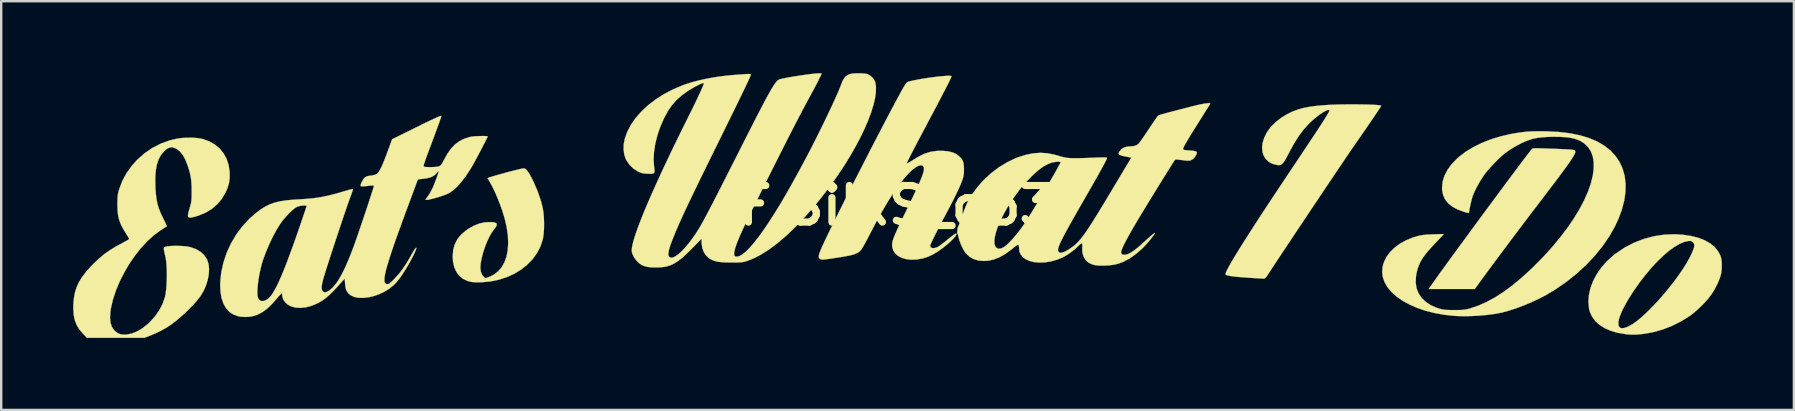
<source format=kicad_pcb>
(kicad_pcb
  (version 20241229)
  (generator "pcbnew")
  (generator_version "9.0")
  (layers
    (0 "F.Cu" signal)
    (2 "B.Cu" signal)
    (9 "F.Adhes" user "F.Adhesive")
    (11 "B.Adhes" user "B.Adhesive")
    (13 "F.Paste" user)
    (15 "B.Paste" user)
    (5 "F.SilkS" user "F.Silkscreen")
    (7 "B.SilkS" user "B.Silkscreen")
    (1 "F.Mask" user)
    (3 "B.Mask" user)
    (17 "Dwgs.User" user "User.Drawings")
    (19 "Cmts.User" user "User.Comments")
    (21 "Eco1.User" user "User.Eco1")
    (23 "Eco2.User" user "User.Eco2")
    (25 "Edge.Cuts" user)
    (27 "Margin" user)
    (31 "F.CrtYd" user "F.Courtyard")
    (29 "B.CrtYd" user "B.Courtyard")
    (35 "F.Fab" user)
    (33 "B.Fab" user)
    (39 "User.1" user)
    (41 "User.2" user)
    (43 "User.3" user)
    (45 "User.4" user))
  (footprint "F.SilkS_g33"
    (layer "F.Cu")
    (at 34.341 5.515)
    (property "Reference" "F.SilkS_g33" (at 0 0 0) (layer "F.SilkS") (effects (font (size 1.524 1.524) (thickness 0.3))))
    (attr through_hole)
    (fp_poly (pts (xy 26.702 -2.386) (xy 26.824 -2.383) (xy 26.983 -2.378) (xy 27.184 -2.371) (xy 27.297 -2.367) (xy 27.542 -2.358) (xy 27.74 -2.35) (xy 27.897 -2.342) (xy 28.018 -2.335) (xy 28.108 -2.327) (xy 28.171 -2.318) (xy 28.213 -2.307) (xy 28.238 -2.295) (xy 28.251 -2.281) (xy 28.253 -2.275) (xy 28.258 -2.248) (xy 28.252 -2.211) (xy 28.234 -2.162) (xy 28.203 -2.099) (xy 28.157 -2.02) (xy 28.095 -1.922) (xy 28.014 -1.803) (xy 27.914 -1.661) (xy 27.793 -1.494) (xy 27.649 -1.299) (xy 27.481 -1.074) (xy 27.287 -0.817) (xy 27.065 -0.526) (xy 26.815 -0.198) (xy 26.674 -0.013) (xy 26.504 0.209) (xy 26.315 0.458) (xy 26.112 0.726) (xy 25.899 1.008) (xy 25.682 1.297) (xy 25.463 1.588) (xy 25.248 1.876) (xy 25.041 2.152) (xy 24.847 2.413) (xy 24.671 2.652) (xy 24.516 2.862) (xy 24.387 3.038) (xy 24.384 3.042) (xy 24.067 3.479) (xy 23.106 3.479) (xy 22.145 3.48) (xy 22.292 3.27) (xy 22.387 3.136) (xy 22.504 2.971) (xy 22.642 2.779) (xy 22.799 2.563) (xy 22.972 2.325) (xy 23.158 2.069) (xy 23.357 1.797) (xy 23.565 1.513) (xy 23.781 1.219) (xy 24.001 0.919) (xy 24.225 0.615) (xy 24.449 0.311) (xy 24.673 0.009) (xy 24.892 -0.287) (xy 25.106 -0.576) (xy 25.312 -0.853) (xy 25.507 -1.115) (xy 25.691 -1.361) (xy 25.859 -1.586) (xy 26.011 -1.788) (xy 26.144 -1.964) (xy 26.256 -2.111) (xy 26.345 -2.226) (xy 26.408 -2.306) (xy 26.443 -2.347) (xy 26.443 -2.348) (xy 26.458 -2.361) (xy 26.476 -2.372) (xy 26.505 -2.379) (xy 26.548 -2.384) (xy 26.612 -2.386) (xy 26.702 -2.386)) (stroke (width 0.01) (type solid)) (fill yes) (layer "F.SilkS"))
    (fp_poly (pts (xy -15.51 -1.535) (xy -15.453 -1.49) (xy -15.389 -1.411) (xy -15.315 -1.293) (xy -15.229 -1.133) (xy -15.177 -1.029) (xy -14.99 -0.605) (xy -14.849 -0.195) (xy -14.778 0.085) (xy -14.746 0.278) (xy -14.726 0.498) (xy -14.718 0.731) (xy -14.721 0.963) (xy -14.736 1.18) (xy -14.763 1.367) (xy -14.777 1.428) (xy -14.875 1.719) (xy -15.018 1.99) (xy -15.201 2.241) (xy -15.422 2.468) (xy -15.676 2.669) (xy -15.959 2.842) (xy -16.268 2.983) (xy -16.6 3.091) (xy -16.95 3.164) (xy -17.314 3.197) (xy -17.447 3.2) (xy -17.594 3.197) (xy -17.707 3.189) (xy -17.801 3.173) (xy -17.891 3.148) (xy -17.909 3.142) (xy -18.097 3.053) (xy -18.252 2.926) (xy -18.374 2.763) (xy -18.462 2.566) (xy -18.513 2.339) (xy -18.526 2.108) (xy -18.503 1.847) (xy -18.437 1.611) (xy -18.327 1.399) (xy -18.172 1.208) (xy -17.97 1.037) (xy -17.885 0.978) (xy -17.655 0.846) (xy -17.436 0.757) (xy -17.216 0.706) (xy -17.069 0.692) (xy -16.904 0.69) (xy -16.786 0.704) (xy -16.714 0.734) (xy -16.687 0.782) (xy -16.703 0.851) (xy -16.761 0.942) (xy -16.804 0.995) (xy -16.905 1.135) (xy -17.006 1.314) (xy -17.102 1.522) (xy -17.189 1.747) (xy -17.264 1.978) (xy -17.322 2.204) (xy -17.36 2.413) (xy -17.374 2.593) (xy -17.354 2.757) (xy -17.296 2.895) (xy -17.222 2.984) (xy -17.188 3.011) (xy -17.156 3.021) (xy -17.11 3.012) (xy -17.035 2.987) (xy -16.821 2.888) (xy -16.639 2.75) (xy -16.488 2.577) (xy -16.37 2.37) (xy -16.285 2.131) (xy -16.232 1.864) (xy -16.213 1.569) (xy -16.227 1.25) (xy -16.276 0.907) (xy -16.359 0.544) (xy -16.476 0.162) (xy -16.569 -0.089) (xy -16.656 -0.308) (xy -16.733 -0.49) (xy -16.804 -0.647) (xy -16.875 -0.79) (xy -16.951 -0.931) (xy -16.967 -0.959) (xy -17.071 -1.143) (xy -17.008 -1.168) (xy -16.931 -1.194) (xy -16.819 -1.228) (xy -16.681 -1.268) (xy -16.523 -1.312) (xy -16.355 -1.358) (xy -16.184 -1.404) (xy -16.019 -1.446) (xy -15.867 -1.484) (xy -15.737 -1.516) (xy -15.637 -1.538) (xy -15.574 -1.549) (xy -15.563 -1.549) (xy -15.51 -1.535)) (stroke (width 0.01) (type solid)) (fill yes) (layer "F.SilkS"))
    (fp_poly (pts (xy 32.733 1.217) (xy 33.079 1.268) (xy 33.386 1.346) (xy 33.654 1.45) (xy 33.882 1.58) (xy 34.068 1.735) (xy 34.21 1.914) (xy 34.271 2.024) (xy 34.312 2.119) (xy 34.337 2.202) (xy 34.352 2.294) (xy 34.36 2.414) (xy 34.361 2.438) (xy 34.359 2.643) (xy 34.333 2.832) (xy 34.28 3.022) (xy 34.195 3.228) (xy 34.176 3.269) (xy 34.061 3.492) (xy 33.937 3.691) (xy 33.794 3.88) (xy 33.62 4.074) (xy 33.553 4.142) (xy 33.366 4.323) (xy 33.191 4.475) (xy 33.011 4.609) (xy 32.811 4.738) (xy 32.665 4.824) (xy 32.282 5.017) (xy 31.88 5.172) (xy 31.47 5.285) (xy 31.062 5.353) (xy 31.028 5.357) (xy 30.858 5.372) (xy 30.719 5.38) (xy 30.592 5.379) (xy 30.459 5.37) (xy 30.328 5.356) (xy 30.013 5.303) (xy 29.729 5.219) (xy 29.479 5.108) (xy 29.264 4.971) (xy 29.188 4.901) (xy 30.048 4.901) (xy 30.062 5.011) (xy 30.106 5.082) (xy 30.18 5.114) (xy 30.285 5.107) (xy 30.422 5.061) (xy 30.495 5.028) (xy 30.656 4.935) (xy 30.838 4.803) (xy 31.037 4.636) (xy 31.249 4.441) (xy 31.469 4.221) (xy 31.694 3.981) (xy 31.918 3.727) (xy 32.138 3.464) (xy 32.349 3.195) (xy 32.548 2.927) (xy 32.729 2.664) (xy 32.889 2.41) (xy 33.023 2.172) (xy 33.074 2.071) (xy 33.127 1.955) (xy 33.171 1.845) (xy 33.202 1.755) (xy 33.213 1.71) (xy 33.219 1.636) (xy 33.203 1.585) (xy 33.16 1.535) (xy 33.114 1.495) (xy 33.067 1.477) (xy 33 1.476) (xy 32.961 1.48) (xy 32.785 1.52) (xy 32.592 1.603) (xy 32.382 1.726) (xy 32.16 1.888) (xy 31.928 2.085) (xy 31.689 2.314) (xy 31.447 2.573) (xy 31.203 2.86) (xy 30.961 3.171) (xy 30.724 3.503) (xy 30.655 3.607) (xy 30.486 3.872) (xy 30.342 4.119) (xy 30.225 4.347) (xy 30.136 4.549) (xy 30.077 4.724) (xy 30.05 4.865) (xy 30.048 4.901) (xy 29.188 4.901) (xy 29.088 4.81) (xy 28.953 4.627) (xy 28.861 4.422) (xy 28.829 4.295) (xy 28.803 4.017) (xy 28.823 3.731) (xy 28.888 3.442) (xy 28.997 3.154) (xy 29.145 2.871) (xy 29.332 2.599) (xy 29.556 2.341) (xy 29.813 2.103) (xy 29.934 2.007) (xy 30.305 1.757) (xy 30.699 1.552) (xy 31.11 1.392) (xy 31.535 1.279) (xy 31.97 1.214) (xy 32.41 1.197) (xy 32.733 1.217)) (stroke (width 0.01) (type solid)) (fill yes) (layer "F.SilkS"))
    (fp_poly (pts (xy 19.183 -4.214) (xy 19.396 -4.211) (xy 19.594 -4.207) (xy 19.772 -4.201) (xy 19.924 -4.194) (xy 20.044 -4.185) (xy 20.126 -4.175) (xy 20.165 -4.163) (xy 20.168 -4.16) (xy 20.158 -4.139) (xy 20.129 -4.091) (xy 20.08 -4.014) (xy 20.009 -3.907) (xy 19.915 -3.768) (xy 19.798 -3.595) (xy 19.656 -3.388) (xy 19.488 -3.144) (xy 19.294 -2.862) (xy 19.071 -2.541) (xy 18.983 -2.413) (xy 18.905 -2.3) (xy 18.803 -2.151) (xy 18.679 -1.968) (xy 18.536 -1.755) (xy 18.375 -1.517) (xy 18.2 -1.257) (xy 18.013 -0.979) (xy 17.816 -0.686) (xy 17.612 -0.382) (xy 17.404 -0.071) (xy 17.194 0.244) (xy 16.984 0.558) (xy 16.777 0.868) (xy 16.575 1.17) (xy 16.381 1.461) (xy 16.198 1.736) (xy 16.028 1.993) (xy 15.873 2.226) (xy 15.735 2.434) (xy 15.619 2.611) (xy 15.525 2.754) (xy 15.456 2.86) (xy 15.445 2.877) (xy 15.388 2.963) (xy 15.347 3.014) (xy 15.311 3.038) (xy 15.272 3.045) (xy 15.256 3.045) (xy 15.207 3.042) (xy 15.116 3.037) (xy 14.993 3.03) (xy 14.846 3.021) (xy 14.684 3.011) (xy 14.65 3.009) (xy 14.369 2.989) (xy 14.138 2.969) (xy 13.956 2.948) (xy 13.822 2.926) (xy 13.735 2.904) (xy 13.713 2.894) (xy 13.684 2.874) (xy 13.679 2.846) (xy 13.697 2.793) (xy 13.704 2.774) (xy 13.757 2.663) (xy 13.838 2.511) (xy 13.948 2.318) (xy 14.086 2.087) (xy 14.252 1.816) (xy 14.446 1.508) (xy 14.666 1.162) (xy 14.913 0.779) (xy 15.186 0.36) (xy 15.485 -0.095) (xy 15.809 -0.584) (xy 16.158 -1.108) (xy 16.164 -1.118) (xy 16.411 -1.487) (xy 16.632 -1.817) (xy 16.827 -2.11) (xy 17 -2.369) (xy 17.151 -2.596) (xy 17.283 -2.795) (xy 17.398 -2.967) (xy 17.496 -3.116) (xy 17.58 -3.245) (xy 17.652 -3.355) (xy 17.713 -3.45) (xy 17.766 -3.532) (xy 17.811 -3.604) (xy 17.852 -3.669) (xy 17.876 -3.708) (xy 17.943 -3.82) (xy 17.986 -3.896) (xy 18.007 -3.943) (xy 18.01 -3.969) (xy 17.997 -3.981) (xy 17.986 -3.983) (xy 17.918 -3.973) (xy 17.822 -3.931) (xy 17.703 -3.86) (xy 17.568 -3.766) (xy 17.422 -3.651) (xy 17.272 -3.521) (xy 17.152 -3.408) (xy 16.945 -3.181) (xy 16.744 -2.914) (xy 16.545 -2.602) (xy 16.348 -2.242) (xy 16.345 -2.236) (xy 16.252 -2.058) (xy 16.176 -1.921) (xy 16.112 -1.821) (xy 16.056 -1.752) (xy 16.004 -1.709) (xy 15.95 -1.688) (xy 15.891 -1.683) (xy 15.839 -1.688) (xy 15.648 -1.735) (xy 15.489 -1.817) (xy 15.364 -1.931) (xy 15.274 -2.071) (xy 15.22 -2.234) (xy 15.204 -2.415) (xy 15.226 -2.61) (xy 15.289 -2.815) (xy 15.392 -3.025) (xy 15.444 -3.108) (xy 15.598 -3.308) (xy 15.78 -3.486) (xy 16 -3.654) (xy 16.056 -3.691) (xy 16.258 -3.812) (xy 16.464 -3.913) (xy 16.68 -3.995) (xy 16.915 -4.062) (xy 17.175 -4.113) (xy 17.468 -4.153) (xy 17.802 -4.182) (xy 17.92 -4.19) (xy 18.1 -4.199) (xy 18.3 -4.206) (xy 18.514 -4.211) (xy 18.737 -4.214) (xy 18.962 -4.215) (xy 19.183 -4.214)) (stroke (width 0.01) (type solid)) (fill yes) (layer "F.SilkS"))
    (fp_poly (pts (xy 27.018 -3.093) (xy 27.073 -3.092) (xy 27.573 -3.066) (xy 28.031 -3.011) (xy 28.448 -2.927) (xy 28.824 -2.814) (xy 29.16 -2.672) (xy 29.456 -2.501) (xy 29.711 -2.301) (xy 29.723 -2.29) (xy 29.936 -2.06) (xy 30.105 -1.805) (xy 30.231 -1.527) (xy 30.314 -1.228) (xy 30.352 -0.909) (xy 30.347 -0.573) (xy 30.298 -0.221) (xy 30.205 0.146) (xy 30.067 0.524) (xy 29.92 0.845) (xy 29.683 1.268) (xy 29.399 1.683) (xy 29.073 2.086) (xy 28.708 2.473) (xy 28.309 2.84) (xy 27.881 3.182) (xy 27.427 3.496) (xy 27.05 3.722) (xy 26.765 3.872) (xy 26.456 4.017) (xy 26.135 4.153) (xy 25.813 4.274) (xy 25.504 4.376) (xy 25.22 4.454) (xy 25.156 4.469) (xy 24.889 4.518) (xy 24.586 4.558) (xy 24.262 4.588) (xy 23.932 4.606) (xy 23.609 4.612) (xy 23.31 4.604) (xy 23.194 4.596) (xy 22.778 4.55) (xy 22.381 4.478) (xy 22.006 4.381) (xy 21.657 4.262) (xy 21.337 4.121) (xy 21.05 3.962) (xy 20.798 3.785) (xy 20.587 3.593) (xy 20.418 3.386) (xy 20.305 3.188) (xy 20.232 2.972) (xy 20.208 2.755) (xy 20.229 2.539) (xy 20.294 2.328) (xy 20.4 2.124) (xy 20.545 1.932) (xy 20.727 1.755) (xy 20.943 1.594) (xy 21.191 1.455) (xy 21.469 1.339) (xy 21.694 1.271) (xy 21.802 1.246) (xy 21.92 1.228) (xy 22.059 1.214) (xy 22.23 1.205) (xy 22.339 1.201) (xy 22.771 1.187) (xy 22.72 1.248) (xy 22.686 1.287) (xy 22.623 1.354) (xy 22.54 1.443) (xy 22.444 1.544) (xy 22.39 1.6) (xy 22.194 1.812) (xy 22.033 2.001) (xy 21.906 2.174) (xy 21.806 2.339) (xy 21.73 2.503) (xy 21.674 2.673) (xy 21.633 2.857) (xy 21.616 2.971) (xy 21.605 3.217) (xy 21.641 3.446) (xy 21.722 3.656) (xy 21.847 3.844) (xy 22.015 4.008) (xy 22.222 4.147) (xy 22.469 4.257) (xy 22.594 4.298) (xy 22.679 4.32) (xy 22.76 4.336) (xy 22.847 4.347) (xy 22.953 4.353) (xy 23.089 4.356) (xy 23.216 4.356) (xy 23.381 4.355) (xy 23.509 4.352) (xy 23.609 4.344) (xy 23.695 4.332) (xy 23.778 4.314) (xy 23.851 4.295) (xy 24.199 4.178) (xy 24.549 4.025) (xy 24.903 3.834) (xy 25.264 3.602) (xy 25.635 3.328) (xy 26.017 3.011) (xy 26.414 2.648) (xy 26.519 2.547) (xy 26.911 2.151) (xy 27.276 1.75) (xy 27.611 1.349) (xy 27.914 0.95) (xy 28.185 0.556) (xy 28.421 0.169) (xy 28.621 -0.208) (xy 28.783 -0.571) (xy 28.905 -0.919) (xy 28.986 -1.248) (xy 29.024 -1.549) (xy 29.022 -1.816) (xy 28.984 -2.049) (xy 28.909 -2.252) (xy 28.795 -2.426) (xy 28.705 -2.522) (xy 28.586 -2.62) (xy 28.461 -2.696) (xy 28.314 -2.756) (xy 28.173 -2.798) (xy 28.013 -2.83) (xy 27.816 -2.851) (xy 27.592 -2.863) (xy 27.354 -2.866) (xy 27.114 -2.86) (xy 26.883 -2.844) (xy 26.674 -2.819) (xy 26.498 -2.785) (xy 26.482 -2.781) (xy 26.266 -2.71) (xy 26.029 -2.608) (xy 25.785 -2.481) (xy 25.545 -2.336) (xy 25.34 -2.192) (xy 25.212 -2.086) (xy 25.065 -1.95) (xy 24.91 -1.795) (xy 24.756 -1.632) (xy 24.614 -1.473) (xy 24.496 -1.327) (xy 24.454 -1.27) (xy 24.295 -1.027) (xy 24.151 -0.773) (xy 24.032 -0.524) (xy 23.987 -0.413) (xy 23.961 -0.335) (xy 23.932 -0.226) (xy 23.901 -0.101) (xy 23.872 0.029) (xy 23.848 0.149) (xy 23.831 0.247) (xy 23.825 0.307) (xy 23.803 0.309) (xy 23.743 0.297) (xy 23.657 0.274) (xy 23.616 0.262) (xy 23.351 0.165) (xy 23.133 0.047) (xy 22.96 -0.092) (xy 22.832 -0.253) (xy 22.748 -0.436) (xy 22.707 -0.643) (xy 22.703 -0.749) (xy 22.729 -0.999) (xy 22.806 -1.246) (xy 22.932 -1.489) (xy 23.108 -1.728) (xy 23.333 -1.961) (xy 23.413 -2.032) (xy 23.687 -2.241) (xy 24.004 -2.434) (xy 24.356 -2.606) (xy 24.738 -2.757) (xy 25.142 -2.882) (xy 25.52 -2.97) (xy 25.775 -3.017) (xy 26.009 -3.052) (xy 26.237 -3.077) (xy 26.472 -3.091) (xy 26.728 -3.096) (xy 27.018 -3.093)) (stroke (width 0.01) (type solid)) (fill yes) (layer "F.SilkS"))
    (fp_poly (pts (xy -29.197 -2.814) (xy -29.017 -2.789) (xy -28.948 -2.773) (xy -28.676 -2.676) (xy -28.438 -2.541) (xy -28.236 -2.373) (xy -28.072 -2.171) (xy -27.946 -1.94) (xy -27.862 -1.68) (xy -27.821 -1.394) (xy -27.82 -1.359) (xy -27.821 -1.129) (xy -27.852 -0.921) (xy -27.916 -0.715) (xy -27.99 -0.546) (xy -28.145 -0.283) (xy -28.338 -0.053) (xy -28.567 0.142) (xy -28.829 0.301) (xy -29.122 0.421) (xy -29.262 0.462) (xy -29.386 0.491) (xy -29.474 0.503) (xy -29.53 0.493) (xy -29.557 0.455) (xy -29.558 0.385) (xy -29.535 0.277) (xy -29.493 0.127) (xy -29.485 0.102) (xy -29.455 -0.002) (xy -29.433 -0.088) (xy -29.419 -0.168) (xy -29.41 -0.257) (xy -29.406 -0.365) (xy -29.404 -0.506) (xy -29.403 -0.584) (xy -29.406 -0.816) (xy -29.418 -1.013) (xy -29.442 -1.193) (xy -29.481 -1.372) (xy -29.537 -1.565) (xy -29.568 -1.66) (xy -29.664 -1.907) (xy -29.772 -2.105) (xy -29.893 -2.256) (xy -30.027 -2.361) (xy -30.176 -2.42) (xy -30.204 -2.426) (xy -30.313 -2.421) (xy -30.428 -2.368) (xy -30.546 -2.272) (xy -30.662 -2.134) (xy -30.694 -2.087) (xy -30.786 -1.915) (xy -30.854 -1.708) (xy -30.898 -1.465) (xy -30.92 -1.181) (xy -30.919 -0.856) (xy -30.911 -0.691) (xy -30.892 -0.448) (xy -30.865 -0.24) (xy -30.826 -0.054) (xy -30.771 0.125) (xy -30.697 0.311) (xy -30.608 0.502) (xy -30.434 0.859) (xy -30.717 1.043) (xy -30.995 1.249) (xy -31.267 1.499) (xy -31.531 1.786) (xy -31.78 2.104) (xy -32.013 2.446) (xy -32.223 2.805) (xy -32.408 3.174) (xy -32.563 3.546) (xy -32.685 3.916) (xy -32.768 4.276) (xy -32.792 4.435) (xy -32.806 4.678) (xy -32.785 4.885) (xy -32.729 5.057) (xy -32.636 5.195) (xy -32.604 5.227) (xy -32.489 5.315) (xy -32.369 5.365) (xy -32.228 5.382) (xy -32.134 5.379) (xy -31.91 5.338) (xy -31.681 5.249) (xy -31.453 5.113) (xy -31.227 4.932) (xy -31.154 4.864) (xy -30.937 4.625) (xy -30.756 4.368) (xy -30.616 4.103) (xy -30.522 3.836) (xy -30.519 3.826) (xy -30.488 3.665) (xy -30.463 3.467) (xy -30.447 3.244) (xy -30.438 3.008) (xy -30.438 2.771) (xy -30.446 2.546) (xy -30.463 2.342) (xy -30.488 2.174) (xy -30.497 2.134) (xy -30.53 1.993) (xy -30.551 1.894) (xy -30.562 1.827) (xy -30.562 1.784) (xy -30.554 1.757) (xy -30.541 1.741) (xy -30.49 1.717) (xy -30.399 1.699) (xy -30.276 1.687) (xy -30.132 1.681) (xy -29.976 1.681) (xy -29.817 1.687) (xy -29.666 1.699) (xy -29.532 1.718) (xy -29.442 1.738) (xy -29.216 1.82) (xy -29.026 1.934) (xy -28.875 2.077) (xy -28.764 2.245) (xy -28.757 2.26) (xy -28.701 2.437) (xy -28.679 2.64) (xy -28.691 2.862) (xy -28.734 3.095) (xy -28.806 3.329) (xy -28.906 3.556) (xy -29.033 3.768) (xy -29.054 3.797) (xy -29.197 3.978) (xy -29.374 4.175) (xy -29.575 4.378) (xy -29.79 4.579) (xy -30.01 4.768) (xy -30.224 4.936) (xy -30.272 4.97) (xy -30.452 5.087) (xy -30.665 5.207) (xy -30.893 5.319) (xy -31.118 5.414) (xy -31.136 5.421) (xy -31.373 5.512) (xy -33.767 5.512) (xy -33.934 5.34) (xy -34.082 5.166) (xy -34.194 4.984) (xy -34.272 4.785) (xy -34.318 4.562) (xy -34.336 4.306) (xy -34.334 4.14) (xy -34.313 3.876) (xy -34.27 3.635) (xy -34.201 3.41) (xy -34.102 3.193) (xy -33.969 2.978) (xy -33.8 2.758) (xy -33.59 2.525) (xy -33.479 2.412) (xy -33.261 2.205) (xy -33.048 2.027) (xy -32.825 1.869) (xy -32.578 1.718) (xy -32.384 1.612) (xy -32.259 1.545) (xy -32.151 1.486) (xy -32.068 1.438) (xy -32.017 1.407) (xy -32.004 1.397) (xy -32.017 1.37) (xy -32.051 1.311) (xy -32.102 1.228) (xy -32.144 1.161) (xy -32.268 0.955) (xy -32.36 0.772) (xy -32.426 0.598) (xy -32.468 0.42) (xy -32.49 0.224) (xy -32.498 -0.004) (xy -32.498 -0.051) (xy -32.496 -0.209) (xy -32.492 -0.328) (xy -32.484 -0.423) (xy -32.471 -0.506) (xy -32.451 -0.589) (xy -32.426 -0.673) (xy -32.294 -1.024) (xy -32.117 -1.352) (xy -31.895 -1.661) (xy -31.674 -1.906) (xy -31.372 -2.173) (xy -31.045 -2.398) (xy -30.693 -2.579) (xy -30.321 -2.714) (xy -30.03 -2.784) (xy -29.835 -2.812) (xy -29.622 -2.826) (xy -29.404 -2.827) (xy -29.197 -2.814)) (stroke (width 0.01) (type solid)) (fill yes) (layer "F.SilkS"))
    (fp_poly (pts (xy 2.211 -5.405) (xy 2.255 -5.396) (xy 2.261 -5.388) (xy 2.248 -5.35) (xy 2.212 -5.268) (xy 2.152 -5.143) (xy 2.068 -4.976) (xy 1.961 -4.768) (xy 1.832 -4.518) (xy 1.68 -4.228) (xy 1.506 -3.899) (xy 1.39 -3.681) (xy 1.197 -3.317) (xy 1.027 -2.996) (xy 0.879 -2.716) (xy 0.753 -2.476) (xy 0.648 -2.273) (xy 0.562 -2.107) (xy 0.495 -1.974) (xy 0.447 -1.874) (xy 0.415 -1.805) (xy 0.4 -1.765) (xy 0.399 -1.753) (xy 0.431 -1.765) (xy 0.492 -1.798) (xy 0.56 -1.838) (xy 0.66 -1.899) (xy 0.774 -1.969) (xy 0.849 -2.015) (xy 1.107 -2.149) (xy 1.374 -2.235) (xy 1.657 -2.277) (xy 1.892 -2.279) (xy 2.11 -2.26) (xy 2.288 -2.221) (xy 2.435 -2.16) (xy 2.559 -2.073) (xy 2.571 -2.062) (xy 2.662 -1.97) (xy 2.723 -1.877) (xy 2.76 -1.772) (xy 2.777 -1.641) (xy 2.781 -1.511) (xy 2.778 -1.375) (xy 2.767 -1.267) (xy 2.745 -1.167) (xy 2.709 -1.055) (xy 2.709 -1.054) (xy 2.649 -0.899) (xy 2.564 -0.704) (xy 2.455 -0.473) (xy 2.324 -0.21) (xy 2.173 0.082) (xy 2.009 0.39) (xy 1.895 0.603) (xy 1.786 0.81) (xy 1.684 1.007) (xy 1.593 1.188) (xy 1.514 1.348) (xy 1.45 1.483) (xy 1.403 1.587) (xy 1.377 1.655) (xy 1.372 1.677) (xy 1.392 1.737) (xy 1.448 1.77) (xy 1.529 1.775) (xy 1.628 1.752) (xy 1.689 1.724) (xy 1.757 1.682) (xy 1.846 1.619) (xy 1.941 1.546) (xy 1.964 1.527) (xy 2.104 1.413) (xy 2.226 1.316) (xy 2.326 1.241) (xy 2.398 1.19) (xy 2.438 1.169) (xy 2.441 1.168) (xy 2.467 1.183) (xy 2.457 1.225) (xy 2.415 1.289) (xy 2.344 1.371) (xy 2.25 1.467) (xy 2.137 1.572) (xy 2.007 1.682) (xy 1.881 1.781) (xy 1.667 1.931) (xy 1.472 2.047) (xy 1.284 2.133) (xy 1.092 2.196) (xy 1.041 2.209) (xy 0.805 2.249) (xy 0.582 2.258) (xy 0.378 2.235) (xy 0.197 2.183) (xy 0.043 2.105) (xy -0.079 2.002) (xy -0.165 1.876) (xy -0.209 1.73) (xy -0.215 1.654) (xy -0.213 1.6) (xy -0.205 1.542) (xy -0.19 1.475) (xy -0.165 1.396) (xy -0.13 1.3) (xy -0.081 1.183) (xy -0.018 1.041) (xy 0.061 0.87) (xy 0.158 0.664) (xy 0.275 0.421) (xy 0.375 0.216) (xy 0.532 -0.109) (xy 0.667 -0.391) (xy 0.781 -0.635) (xy 0.876 -0.843) (xy 0.954 -1.018) (xy 1.014 -1.165) (xy 1.059 -1.286) (xy 1.09 -1.384) (xy 1.108 -1.463) (xy 1.114 -1.525) (xy 1.11 -1.574) (xy 1.098 -1.61) (xy 1.05 -1.665) (xy 0.976 -1.68) (xy 0.879 -1.655) (xy 0.764 -1.592) (xy 0.633 -1.492) (xy 0.506 -1.374) (xy 0.3 -1.149) (xy 0.083 -0.874) (xy -0.145 -0.551) (xy -0.383 -0.178) (xy -0.632 0.244) (xy -0.893 0.715) (xy -1.156 1.219) (xy -1.236 1.375) (xy -1.314 1.521) (xy -1.385 1.649) (xy -1.444 1.751) (xy -1.487 1.819) (xy -1.5 1.836) (xy -1.555 1.896) (xy -1.615 1.947) (xy -1.687 1.989) (xy -1.776 2.026) (xy -1.889 2.06) (xy -2.033 2.092) (xy -2.213 2.126) (xy -2.437 2.162) (xy -2.48 2.169) (xy -2.682 2.2) (xy -2.839 2.223) (xy -2.959 2.239) (xy -3.047 2.249) (xy -3.111 2.252) (xy -3.155 2.249) (xy -3.186 2.241) (xy -3.211 2.228) (xy -3.222 2.221) (xy -3.261 2.185) (xy -3.272 2.14) (xy -3.266 2.077) (xy -3.255 2.03) (xy -3.235 1.967) (xy -3.203 1.885) (xy -3.16 1.781) (xy -3.103 1.653) (xy -3.031 1.498) (xy -2.943 1.314) (xy -2.838 1.096) (xy -2.714 0.844) (xy -2.571 0.554) (xy -2.407 0.223) (xy -2.27 -0.051) (xy -2.096 -0.398) (xy -1.915 -0.755) (xy -1.731 -1.119) (xy -1.544 -1.486) (xy -1.357 -1.852) (xy -1.171 -2.215) (xy -0.987 -2.571) (xy -0.808 -2.916) (xy -0.636 -3.247) (xy -0.471 -3.562) (xy -0.317 -3.855) (xy -0.174 -4.125) (xy -0.044 -4.367) (xy 0.07 -4.579) (xy 0.167 -4.757) (xy 0.246 -4.897) (xy 0.304 -4.996) (xy 0.319 -5.02) (xy 0.365 -5.089) (xy 0.407 -5.132) (xy 0.459 -5.159) (xy 0.54 -5.182) (xy 0.575 -5.19) (xy 0.741 -5.226) (xy 0.922 -5.26) (xy 1.114 -5.293) (xy 1.31 -5.323) (xy 1.504 -5.349) (xy 1.688 -5.372) (xy 1.858 -5.389) (xy 2.005 -5.401) (xy 2.125 -5.407) (xy 2.211 -5.405)) (stroke (width 0.01) (type solid)) (fill yes) (layer "F.SilkS"))
    (fp_poly (pts (xy -1.456 -5.507) (xy -1.339 -5.497) (xy -1.257 -5.483) (xy -1.155 -5.434) (xy -1.054 -5.352) (xy -0.97 -5.251) (xy -0.919 -5.149) (xy -0.917 -5.143) (xy -0.887 -4.954) (xy -0.89 -4.731) (xy -0.925 -4.477) (xy -0.991 -4.194) (xy -1.086 -3.887) (xy -1.209 -3.557) (xy -1.359 -3.208) (xy -1.534 -2.843) (xy -1.734 -2.465) (xy -1.956 -2.077) (xy -2.199 -1.681) (xy -2.463 -1.282) (xy -2.746 -0.881) (xy -2.862 -0.724) (xy -3.226 -0.253) (xy -3.589 0.185) (xy -3.95 0.588) (xy -4.307 0.955) (xy -4.657 1.285) (xy -4.999 1.575) (xy -5.332 1.824) (xy -5.653 2.03) (xy -5.96 2.192) (xy -6.252 2.308) (xy -6.275 2.316) (xy -6.349 2.337) (xy -6.418 2.353) (xy -6.493 2.364) (xy -6.583 2.37) (xy -6.7 2.373) (xy -6.853 2.374) (xy -6.921 2.374) (xy -7.145 2.37) (xy -7.326 2.36) (xy -7.473 2.342) (xy -7.596 2.314) (xy -7.703 2.274) (xy -7.803 2.222) (xy -7.827 2.207) (xy -7.959 2.093) (xy -8.059 1.944) (xy -8.125 1.766) (xy -8.153 1.564) (xy -8.154 1.526) (xy -8.154 1.384) (xy -8.557 1.793) (xy -8.763 1.997) (xy -8.945 2.163) (xy -9.11 2.295) (xy -9.263 2.397) (xy -9.411 2.473) (xy -9.56 2.525) (xy -9.716 2.558) (xy -9.886 2.576) (xy -9.94 2.578) (xy -10.072 2.58) (xy -10.206 2.577) (xy -10.32 2.57) (xy -10.359 2.565) (xy -10.466 2.544) (xy -10.572 2.512) (xy -10.63 2.489) (xy -10.759 2.404) (xy -10.878 2.284) (xy -10.977 2.143) (xy -11.044 1.996) (xy -11.061 1.929) (xy -11.064 1.825) (xy -11.042 1.677) (xy -10.996 1.487) (xy -10.926 1.257) (xy -10.834 0.988) (xy -10.718 0.68) (xy -10.581 0.335) (xy -10.422 -0.046) (xy -10.242 -0.461) (xy -10.041 -0.91) (xy -9.82 -1.391) (xy -9.58 -1.904) (xy -9.32 -2.447) (xy -9.042 -3.018) (xy -8.745 -3.617) (xy -8.671 -3.766) (xy -8.547 -4.014) (xy -8.434 -4.247) (xy -8.332 -4.459) (xy -8.243 -4.648) (xy -8.169 -4.81) (xy -8.113 -4.939) (xy -8.075 -5.033) (xy -8.058 -5.088) (xy -8.057 -5.098) (xy -8.082 -5.105) (xy -8.142 -5.088) (xy -8.231 -5.051) (xy -8.341 -4.997) (xy -8.466 -4.93) (xy -8.598 -4.853) (xy -8.731 -4.771) (xy -8.753 -4.756) (xy -9 -4.576) (xy -9.211 -4.386) (xy -9.395 -4.175) (xy -9.559 -3.934) (xy -9.712 -3.652) (xy -9.728 -3.619) (xy -9.879 -3.27) (xy -9.999 -2.916) (xy -10.086 -2.566) (xy -10.137 -2.227) (xy -10.153 -1.906) (xy -10.135 -1.64) (xy -10.119 -1.507) (xy -10.116 -1.416) (xy -10.134 -1.36) (xy -10.179 -1.331) (xy -10.258 -1.322) (xy -10.376 -1.324) (xy -10.403 -1.325) (xy -10.527 -1.333) (xy -10.62 -1.348) (xy -10.702 -1.373) (xy -10.794 -1.414) (xy -10.804 -1.419) (xy -10.995 -1.54) (xy -11.159 -1.699) (xy -11.288 -1.887) (xy -11.309 -1.928) (xy -11.374 -2.116) (xy -11.404 -2.328) (xy -11.398 -2.553) (xy -11.356 -2.777) (xy -11.356 -2.778) (xy -11.248 -3.079) (xy -11.093 -3.373) (xy -10.893 -3.658) (xy -10.651 -3.931) (xy -10.372 -4.189) (xy -10.056 -4.429) (xy -9.709 -4.649) (xy -9.333 -4.845) (xy -8.93 -5.015) (xy -8.89 -5.03) (xy -8.589 -5.129) (xy -8.25 -5.219) (xy -7.884 -5.297) (xy -7.503 -5.363) (xy -7.119 -5.412) (xy -6.896 -5.433) (xy -6.672 -5.451) (xy -6.494 -5.464) (xy -6.357 -5.474) (xy -6.254 -5.479) (xy -6.182 -5.482) (xy -6.136 -5.48) (xy -6.109 -5.476) (xy -6.098 -5.469) (xy -6.096 -5.463) (xy -6.103 -5.438) (xy -6.124 -5.386) (xy -6.16 -5.305) (xy -6.211 -5.193) (xy -6.279 -5.049) (xy -6.364 -4.871) (xy -6.467 -4.658) (xy -6.588 -4.408) (xy -6.728 -4.121) (xy -6.888 -3.793) (xy -7.069 -3.425) (xy -7.272 -3.014) (xy -7.461 -2.629) (xy -7.696 -2.153) (xy -7.909 -1.719) (xy -8.102 -1.325) (xy -8.277 -0.968) (xy -8.433 -0.644) (xy -8.574 -0.352) (xy -8.701 -0.087) (xy -8.814 0.152) (xy -8.915 0.37) (xy -9.005 0.567) (xy -9.087 0.749) (xy -9.16 0.917) (xy -9.227 1.074) (xy -9.289 1.223) (xy -9.348 1.368) (xy -9.354 1.384) (xy -9.437 1.602) (xy -9.495 1.779) (xy -9.53 1.918) (xy -9.54 2.024) (xy -9.528 2.099) (xy -9.493 2.148) (xy -9.44 2.173) (xy -9.358 2.169) (xy -9.256 2.124) (xy -9.137 2.041) (xy -9.004 1.924) (xy -8.862 1.777) (xy -8.713 1.603) (xy -8.561 1.406) (xy -8.409 1.19) (xy -8.274 0.978) (xy -8.227 0.899) (xy -8.177 0.812) (xy -8.121 0.714) (xy -8.06 0.602) (xy -7.99 0.474) (xy -7.912 0.326) (xy -7.823 0.157) (xy -7.722 -0.037) (xy -7.608 -0.258) (xy -7.479 -0.51) (xy -7.334 -0.793) (xy -7.172 -1.113) (xy -6.991 -1.47) (xy -6.789 -1.868) (xy -6.629 -2.184) (xy -6.412 -2.615) (xy -6.215 -3.002) (xy -6.039 -3.348) (xy -5.882 -3.656) (xy -5.741 -3.928) (xy -5.617 -4.166) (xy -5.508 -4.373) (xy -5.412 -4.551) (xy -5.328 -4.702) (xy -5.256 -4.83) (xy -5.192 -4.935) (xy -5.137 -5.021) (xy -5.089 -5.09) (xy -5.047 -5.145) (xy -5.009 -5.187) (xy -4.973 -5.219) (xy -4.941 -5.242) (xy -4.893 -5.261) (xy -4.802 -5.284) (xy -4.676 -5.311) (xy -4.523 -5.34) (xy -4.35 -5.37) (xy -4.166 -5.4) (xy -3.978 -5.428) (xy -3.794 -5.454) (xy -3.621 -5.477) (xy -3.469 -5.494) (xy -3.343 -5.505) (xy -3.253 -5.508) (xy -3.223 -5.507) (xy -3.147 -5.499) (xy -3.261 -5.267) (xy -3.312 -5.165) (xy -3.38 -5.033) (xy -3.46 -4.882) (xy -3.544 -4.725) (xy -3.601 -4.619) (xy -3.713 -4.413) (xy -3.828 -4.2) (xy -3.947 -3.975) (xy -4.073 -3.736) (xy -4.207 -3.479) (xy -4.351 -3.198) (xy -4.509 -2.89) (xy -4.681 -2.552) (xy -4.869 -2.179) (xy -5.077 -1.768) (xy -5.244 -1.435) (xy -5.467 -0.991) (xy -5.667 -0.59) (xy -5.847 -0.228) (xy -6.006 0.095) (xy -6.147 0.384) (xy -6.271 0.641) (xy -6.378 0.867) (xy -6.469 1.066) (xy -6.547 1.24) (xy -6.612 1.392) (xy -6.666 1.524) (xy -6.708 1.638) (xy -6.742 1.738) (xy -6.767 1.825) (xy -6.785 1.902) (xy -6.8 2.013) (xy -6.79 2.085) (xy -6.75 2.123) (xy -6.687 2.134) (xy -6.581 2.11) (xy -6.457 2.041) (xy -6.315 1.927) (xy -6.156 1.769) (xy -5.981 1.568) (xy -5.79 1.325) (xy -5.585 1.042) (xy -5.366 0.719) (xy -5.133 0.358) (xy -4.888 -0.04) (xy -4.631 -0.475) (xy -4.364 -0.946) (xy -4.086 -1.45) (xy -3.798 -1.987) (xy -3.672 -2.228) (xy -3.532 -2.499) (xy -3.39 -2.78) (xy -3.247 -3.067) (xy -3.105 -3.355) (xy -2.968 -3.638) (xy -2.838 -3.912) (xy -2.716 -4.17) (xy -2.606 -4.41) (xy -2.51 -4.624) (xy -2.429 -4.809) (xy -2.368 -4.959) (xy -2.327 -5.069) (xy -2.326 -5.072) (xy -2.253 -5.243) (xy -2.158 -5.369) (xy -2.04 -5.453) (xy -1.941 -5.487) (xy -1.85 -5.501) (xy -1.728 -5.508) (xy -1.591 -5.51) (xy -1.456 -5.507)) (stroke (width 0.01) (type solid)) (fill yes) (layer "F.SilkS"))
    (fp_poly (pts (xy 13.042 -4.256) (xy 13.042 -4.239) (xy 13.023 -4.209) (xy 12.981 -4.142) (xy 12.92 -4.044) (xy 12.842 -3.921) (xy 12.753 -3.779) (xy 12.66 -3.631) (xy 12.497 -3.372) (xy 12.359 -3.151) (xy 12.244 -2.966) (xy 12.151 -2.813) (xy 12.076 -2.687) (xy 12.017 -2.586) (xy 11.972 -2.505) (xy 11.951 -2.465) (xy 11.921 -2.403) (xy 11.91 -2.36) (xy 11.923 -2.332) (xy 11.968 -2.315) (xy 12.049 -2.304) (xy 12.174 -2.295) (xy 12.199 -2.293) (xy 12.334 -2.281) (xy 12.425 -2.263) (xy 12.475 -2.236) (xy 12.49 -2.199) (xy 12.476 -2.147) (xy 12.476 -2.147) (xy 12.405 -2.025) (xy 12.318 -1.933) (xy 12.226 -1.882) (xy 12.222 -1.88) (xy 12.153 -1.87) (xy 12.059 -1.871) (xy 11.93 -1.885) (xy 11.865 -1.894) (xy 11.742 -1.911) (xy 11.659 -1.919) (xy 11.608 -1.918) (xy 11.578 -1.908) (xy 11.569 -1.9) (xy 11.548 -1.87) (xy 11.503 -1.802) (xy 11.438 -1.699) (xy 11.354 -1.566) (xy 11.255 -1.408) (xy 11.144 -1.229) (xy 11.023 -1.034) (xy 10.896 -0.827) (xy 10.764 -0.614) (xy 10.631 -0.397) (xy 10.499 -0.183) (xy 10.372 0.025) (xy 10.252 0.222) (xy 10.142 0.403) (xy 10.045 0.564) (xy 9.963 0.701) (xy 9.923 0.768) (xy 9.78 1.014) (xy 9.653 1.239) (xy 9.544 1.44) (xy 9.455 1.613) (xy 9.389 1.753) (xy 9.346 1.858) (xy 9.33 1.913) (xy 9.332 1.992) (xy 9.369 2.038) (xy 9.446 2.054) (xy 9.514 2.051) (xy 9.609 2.026) (xy 9.723 1.97) (xy 9.858 1.881) (xy 10.017 1.757) (xy 10.203 1.596) (xy 10.258 1.546) (xy 10.405 1.412) (xy 10.52 1.309) (xy 10.605 1.235) (xy 10.666 1.185) (xy 10.705 1.157) (xy 10.727 1.147) (xy 10.733 1.149) (xy 10.725 1.175) (xy 10.689 1.231) (xy 10.631 1.309) (xy 10.557 1.403) (xy 10.472 1.504) (xy 10.384 1.606) (xy 10.297 1.701) (xy 10.219 1.781) (xy 10.208 1.792) (xy 9.935 2.03) (xy 9.666 2.217) (xy 9.399 2.356) (xy 9.154 2.44) (xy 9.006 2.47) (xy 8.834 2.491) (xy 8.653 2.503) (xy 8.479 2.505) (xy 8.326 2.497) (xy 8.23 2.481) (xy 8.08 2.436) (xy 7.966 2.377) (xy 7.873 2.294) (xy 7.85 2.267) (xy 7.761 2.121) (xy 7.713 1.95) (xy 7.708 1.759) (xy 7.71 1.739) (xy 7.716 1.638) (xy 7.705 1.584) (xy 7.674 1.576) (xy 7.621 1.612) (xy 7.566 1.666) (xy 7.428 1.797) (xy 7.264 1.929) (xy 7.091 2.049) (xy 6.927 2.145) (xy 6.901 2.158) (xy 6.659 2.257) (xy 6.412 2.327) (xy 6.167 2.367) (xy 5.931 2.377) (xy 5.71 2.358) (xy 5.512 2.31) (xy 5.344 2.231) (xy 5.25 2.162) (xy 5.148 2.046) (xy 5.093 1.921) (xy 5.08 1.806) (xy 5.073 1.708) (xy 5.055 1.645) (xy 5.029 1.626) (xy 5.003 1.641) (xy 4.946 1.682) (xy 4.866 1.744) (xy 4.771 1.82) (xy 4.759 1.83) (xy 4.505 2.017) (xy 4.259 2.157) (xy 4.016 2.251) (xy 3.772 2.301) (xy 3.601 2.311) (xy 3.378 2.29) (xy 3.177 2.228) (xy 3.002 2.127) (xy 2.859 1.991) (xy 2.805 1.917) (xy 2.723 1.772) (xy 2.651 1.614) (xy 2.602 1.479) (xy 4.045 1.479) (xy 4.051 1.595) (xy 4.086 1.706) (xy 4.147 1.776) (xy 4.233 1.803) (xy 4.338 1.785) (xy 4.446 1.731) (xy 4.547 1.654) (xy 4.668 1.54) (xy 4.803 1.397) (xy 4.945 1.232) (xy 5.089 1.053) (xy 5.228 0.865) (xy 5.307 0.751) (xy 5.376 0.646) (xy 5.461 0.512) (xy 5.56 0.352) (xy 5.669 0.173) (xy 5.786 -0.021) (xy 5.909 -0.226) (xy 6.034 -0.436) (xy 6.158 -0.647) (xy 6.279 -0.855) (xy 6.395 -1.054) (xy 6.501 -1.239) (xy 6.596 -1.407) (xy 6.677 -1.552) (xy 6.741 -1.669) (xy 6.785 -1.754) (xy 6.806 -1.802) (xy 6.807 -1.809) (xy 6.783 -1.823) (xy 6.711 -1.827) (xy 6.632 -1.823) (xy 6.454 -1.793) (xy 6.273 -1.727) (xy 6.086 -1.624) (xy 5.888 -1.479) (xy 5.677 -1.292) (xy 5.535 -1.152) (xy 5.366 -0.974) (xy 5.221 -0.812) (xy 5.089 -0.65) (xy 4.959 -0.476) (xy 4.819 -0.276) (xy 4.766 -0.197) (xy 4.592 0.079) (xy 4.438 0.35) (xy 4.306 0.613) (xy 4.199 0.863) (xy 4.119 1.094) (xy 4.067 1.301) (xy 4.045 1.479) (xy 2.602 1.479) (xy 2.592 1.45) (xy 2.547 1.29) (xy 2.518 1.143) (xy 2.509 1.016) (xy 2.521 0.92) (xy 2.542 0.876) (xy 2.557 0.844) (xy 2.584 0.772) (xy 2.621 0.671) (xy 2.665 0.547) (xy 2.692 0.469) (xy 2.745 0.318) (xy 2.803 0.165) (xy 2.859 0.025) (xy 2.907 -0.087) (xy 2.92 -0.114) (xy 3.109 -0.448) (xy 3.342 -0.769) (xy 3.612 -1.071) (xy 3.913 -1.348) (xy 4.238 -1.595) (xy 4.58 -1.804) (xy 4.933 -1.972) (xy 5.047 -2.015) (xy 5.37 -2.116) (xy 5.672 -2.176) (xy 5.963 -2.197) (xy 6.253 -2.179) (xy 6.551 -2.121) (xy 6.738 -2.067) (xy 6.835 -2.038) (xy 6.925 -2.015) (xy 7.016 -1.997) (xy 7.114 -1.984) (xy 7.225 -1.975) (xy 7.355 -1.972) (xy 7.511 -1.972) (xy 7.7 -1.976) (xy 7.928 -1.983) (xy 8.147 -1.992) (xy 8.335 -1.999) (xy 8.479 -2.003) (xy 8.584 -2.005) (xy 8.656 -2.004) (xy 8.701 -2) (xy 8.726 -1.993) (xy 8.736 -1.982) (xy 8.738 -1.972) (xy 8.727 -1.937) (xy 8.693 -1.866) (xy 8.637 -1.757) (xy 8.558 -1.61) (xy 8.455 -1.423) (xy 8.328 -1.196) (xy 8.176 -0.928) (xy 7.999 -0.618) (xy 7.797 -0.266) (xy 7.746 -0.178) (xy 7.546 0.171) (xy 7.37 0.479) (xy 7.218 0.749) (xy 7.088 0.983) (xy 6.979 1.184) (xy 6.89 1.355) (xy 6.82 1.498) (xy 6.766 1.616) (xy 6.729 1.711) (xy 6.707 1.787) (xy 6.698 1.846) (xy 6.702 1.891) (xy 6.717 1.923) (xy 6.741 1.947) (xy 6.754 1.955) (xy 6.817 1.971) (xy 6.898 1.957) (xy 7.003 1.913) (xy 7.136 1.835) (xy 7.185 1.804) (xy 7.265 1.75) (xy 7.34 1.695) (xy 7.412 1.636) (xy 7.484 1.57) (xy 7.557 1.495) (xy 7.633 1.408) (xy 7.714 1.306) (xy 7.803 1.186) (xy 7.901 1.045) (xy 8.01 0.881) (xy 8.132 0.691) (xy 8.27 0.472) (xy 8.424 0.221) (xy 8.598 -0.065) (xy 8.792 -0.387) (xy 9.01 -0.751) (xy 9.085 -0.876) (xy 9.754 -1.994) (xy 9.671 -2.012) (xy 9.598 -2.027) (xy 9.502 -2.046) (xy 9.446 -2.057) (xy 9.358 -2.079) (xy 9.285 -2.105) (xy 9.255 -2.121) (xy 9.227 -2.146) (xy 9.222 -2.172) (xy 9.241 -2.217) (xy 9.261 -2.253) (xy 9.345 -2.356) (xy 9.466 -2.425) (xy 9.618 -2.46) (xy 9.694 -2.464) (xy 9.838 -2.473) (xy 9.948 -2.503) (xy 10.037 -2.557) (xy 10.055 -2.573) (xy 10.086 -2.609) (xy 10.139 -2.681) (xy 10.211 -2.783) (xy 10.298 -2.909) (xy 10.394 -3.051) (xy 10.477 -3.175) (xy 10.576 -3.324) (xy 10.668 -3.46) (xy 10.747 -3.576) (xy 10.811 -3.667) (xy 10.855 -3.727) (xy 10.874 -3.748) (xy 10.887 -3.756) (xy 10.912 -3.766) (xy 10.952 -3.78) (xy 11.01 -3.797) (xy 11.091 -3.82) (xy 11.199 -3.85) (xy 11.337 -3.887) (xy 11.51 -3.932) (xy 11.72 -3.987) (xy 11.973 -4.052) (xy 12.23 -4.119) (xy 12.449 -4.173) (xy 12.64 -4.216) (xy 12.797 -4.246) (xy 12.919 -4.263) (xy 13.002 -4.266) (xy 13.042 -4.256)) (stroke (width 0.01) (type solid)) (fill yes) (layer "F.SilkS"))
    (fp_poly (pts (xy -19 -3.729) (xy -18.999 -3.725) (xy -19.008 -3.693) (xy -19.033 -3.619) (xy -19.071 -3.508) (xy -19.122 -3.367) (xy -19.183 -3.199) (xy -19.251 -3.012) (xy -19.326 -2.81) (xy -19.405 -2.598) (xy -19.486 -2.383) (xy -19.507 -2.327) (xy -19.585 -2.121) (xy -19.645 -1.957) (xy -19.689 -1.831) (xy -19.718 -1.739) (xy -19.734 -1.677) (xy -19.739 -1.64) (xy -19.732 -1.623) (xy -19.732 -1.623) (xy -19.685 -1.61) (xy -19.601 -1.603) (xy -19.494 -1.6) (xy -19.376 -1.602) (xy -19.262 -1.608) (xy -19.165 -1.619) (xy -19.098 -1.633) (xy -19.091 -1.635) (xy -19.049 -1.659) (xy -19.009 -1.698) (xy -18.965 -1.761) (xy -18.912 -1.857) (xy -18.877 -1.924) (xy -18.733 -2.178) (xy -18.583 -2.385) (xy -18.422 -2.552) (xy -18.244 -2.683) (xy -18.043 -2.783) (xy -17.819 -2.856) (xy -17.748 -2.869) (xy -17.65 -2.88) (xy -17.535 -2.889) (xy -17.413 -2.894) (xy -17.296 -2.897) (xy -17.193 -2.896) (xy -17.115 -2.892) (xy -17.073 -2.884) (xy -17.069 -2.879) (xy -17.08 -2.848) (xy -17.113 -2.779) (xy -17.162 -2.68) (xy -17.225 -2.557) (xy -17.297 -2.417) (xy -17.376 -2.267) (xy -17.457 -2.114) (xy -17.537 -1.965) (xy -17.612 -1.826) (xy -17.678 -1.705) (xy -17.733 -1.609) (xy -17.764 -1.556) (xy -17.961 -1.255) (xy -18.149 -1.003) (xy -18.329 -0.798) (xy -18.502 -0.638) (xy -18.671 -0.524) (xy -18.729 -0.493) (xy -18.826 -0.452) (xy -18.945 -0.409) (xy -19.076 -0.366) (xy -19.212 -0.325) (xy -19.343 -0.289) (xy -19.462 -0.26) (xy -19.56 -0.241) (xy -19.628 -0.233) (xy -19.659 -0.24) (xy -19.66 -0.242) (xy -19.645 -0.268) (xy -19.608 -0.322) (xy -19.559 -0.39) (xy -19.498 -0.48) (xy -19.431 -0.594) (xy -19.372 -0.71) (xy -19.364 -0.725) (xy -19.325 -0.816) (xy -19.281 -0.925) (xy -19.236 -1.044) (xy -19.193 -1.162) (xy -19.155 -1.271) (xy -19.127 -1.36) (xy -19.111 -1.419) (xy -19.109 -1.44) (xy -19.128 -1.426) (xy -19.168 -1.384) (xy -19.197 -1.349) (xy -19.285 -1.261) (xy -19.394 -1.197) (xy -19.533 -1.151) (xy -19.712 -1.12) (xy -19.735 -1.118) (xy -19.838 -1.105) (xy -19.92 -1.095) (xy -19.969 -1.087) (xy -19.978 -1.085) (xy -19.988 -1.06) (xy -20.011 -1) (xy -20.042 -0.915) (xy -20.052 -0.889) (xy -20.077 -0.821) (xy -20.117 -0.712) (xy -20.17 -0.569) (xy -20.233 -0.399) (xy -20.304 -0.209) (xy -20.379 -0.005) (xy -20.449 0.182) (xy -20.617 0.639) (xy -20.767 1.05) (xy -20.899 1.419) (xy -21.013 1.747) (xy -21.11 2.037) (xy -21.191 2.29) (xy -21.256 2.509) (xy -21.307 2.695) (xy -21.343 2.851) (xy -21.365 2.979) (xy -21.374 3.08) (xy -21.371 3.158) (xy -21.366 3.188) (xy -21.341 3.243) (xy -21.295 3.267) (xy -21.261 3.272) (xy -21.222 3.273) (xy -21.185 3.262) (xy -21.142 3.234) (xy -21.084 3.183) (xy -21.003 3.104) (xy -20.956 3.056) (xy -20.778 2.862) (xy -20.617 2.656) (xy -20.463 2.426) (xy -20.307 2.161) (xy -20.297 2.142) (xy -20.233 2.028) (xy -20.173 1.926) (xy -20.124 1.846) (xy -20.092 1.8) (xy -20.091 1.799) (xy -20.055 1.762) (xy -20.04 1.764) (xy -20.046 1.802) (xy -20.07 1.87) (xy -20.111 1.963) (xy -20.165 2.077) (xy -20.231 2.207) (xy -20.307 2.348) (xy -20.391 2.496) (xy -20.454 2.603) (xy -20.607 2.847) (xy -20.748 3.048) (xy -20.882 3.21) (xy -20.997 3.327) (xy -21.178 3.471) (xy -21.378 3.594) (xy -21.591 3.695) (xy -21.81 3.772) (xy -22.028 3.823) (xy -22.238 3.848) (xy -22.434 3.846) (xy -22.61 3.814) (xy -22.758 3.752) (xy -22.843 3.688) (xy -22.916 3.606) (xy -22.965 3.516) (xy -22.995 3.403) (xy -23.011 3.255) (xy -23.011 3.254) (xy -23.025 3.041) (xy -23.305 3.355) (xy -23.488 3.554) (xy -23.652 3.715) (xy -23.803 3.847) (xy -23.95 3.955) (xy -24.1 4.044) (xy -24.168 4.079) (xy -24.41 4.18) (xy -24.648 4.242) (xy -24.874 4.266) (xy -25.084 4.251) (xy -25.273 4.197) (xy -25.394 4.132) (xy -25.506 4.034) (xy -25.586 3.917) (xy -25.625 3.794) (xy -25.628 3.753) (xy -25.634 3.692) (xy -25.649 3.659) (xy -25.654 3.658) (xy -25.678 3.676) (xy -25.728 3.727) (xy -25.796 3.803) (xy -25.875 3.897) (xy -25.894 3.919) (xy -26.089 4.138) (xy -26.277 4.313) (xy -26.465 4.447) (xy -26.659 4.547) (xy -26.849 4.611) (xy -27.001 4.637) (xy -27.176 4.644) (xy -27.351 4.634) (xy -27.473 4.612) (xy -27.669 4.54) (xy -27.836 4.428) (xy -27.973 4.275) (xy -28.081 4.084) (xy -28.157 3.856) (xy -28.195 3.637) (xy -26.668 3.637) (xy -26.66 3.766) (xy -26.659 3.769) (xy -26.624 3.884) (xy -26.562 3.956) (xy -26.477 3.985) (xy -26.372 3.97) (xy -26.261 3.915) (xy -26.189 3.86) (xy -26.115 3.78) (xy -26.038 3.675) (xy -25.956 3.541) (xy -25.868 3.378) (xy -25.773 3.182) (xy -25.671 2.951) (xy -25.561 2.684) (xy -25.441 2.379) (xy -25.311 2.032) (xy -25.169 1.642) (xy -25.015 1.207) (xy -24.901 0.879) (xy -24.834 0.683) (xy -24.772 0.502) (xy -24.718 0.342) (xy -24.673 0.208) (xy -24.639 0.106) (xy -24.618 0.042) (xy -24.613 0.021) (xy -24.635 0.004) (xy -24.694 -0.002) (xy -24.775 0.001) (xy -24.866 0.013) (xy -24.952 0.032) (xy -25.017 0.055) (xy -25.105 0.11) (xy -25.213 0.199) (xy -25.333 0.312) (xy -25.456 0.442) (xy -25.574 0.579) (xy -25.679 0.716) (xy -25.721 0.775) (xy -25.874 1.025) (xy -26.027 1.31) (xy -26.173 1.616) (xy -26.305 1.926) (xy -26.417 2.227) (xy -26.479 2.424) (xy -26.531 2.627) (xy -26.578 2.844) (xy -26.616 3.063) (xy -26.644 3.275) (xy -26.662 3.47) (xy -26.668 3.637) (xy -28.195 3.637) (xy -28.202 3.593) (xy -28.215 3.296) (xy -28.212 3.2) (xy -28.17 2.785) (xy -28.079 2.373) (xy -27.944 1.97) (xy -27.766 1.581) (xy -27.548 1.213) (xy -27.294 0.871) (xy -27.005 0.56) (xy -26.906 0.469) (xy -26.703 0.295) (xy -26.512 0.153) (xy -26.325 0.037) (xy -26.135 -0.055) (xy -25.932 -0.126) (xy -25.709 -0.178) (xy -25.458 -0.216) (xy -25.169 -0.243) (xy -24.969 -0.254) (xy -24.62 -0.277) (xy -24.304 -0.308) (xy -24.008 -0.352) (xy -23.715 -0.412) (xy -23.41 -0.489) (xy -23.079 -0.585) (xy -22.956 -0.622) (xy -22.847 -0.653) (xy -22.765 -0.675) (xy -22.719 -0.685) (xy -22.714 -0.686) (xy -22.699 -0.685) (xy -22.69 -0.68) (xy -22.688 -0.663) (xy -22.696 -0.628) (xy -22.715 -0.569) (xy -22.747 -0.478) (xy -22.794 -0.35) (xy -22.829 -0.254) (xy -22.866 -0.15) (xy -22.917 -0.004) (xy -22.979 0.177) (xy -23.051 0.389) (xy -23.13 0.624) (xy -23.214 0.876) (xy -23.302 1.139) (xy -23.391 1.408) (xy -23.479 1.674) (xy -23.564 1.934) (xy -23.644 2.179) (xy -23.717 2.405) (xy -23.781 2.604) (xy -23.834 2.771) (xy -23.865 2.87) (xy -23.925 3.075) (xy -23.965 3.238) (xy -23.986 3.364) (xy -23.988 3.46) (xy -23.971 3.529) (xy -23.937 3.578) (xy -23.93 3.584) (xy -23.876 3.615) (xy -23.818 3.616) (xy -23.744 3.586) (xy -23.661 3.534) (xy -23.534 3.428) (xy -23.406 3.28) (xy -23.275 3.088) (xy -23.14 2.851) (xy -23.001 2.568) (xy -22.858 2.239) (xy -22.709 1.86) (xy -22.627 1.638) (xy -22.574 1.491) (xy -22.514 1.319) (xy -22.448 1.127) (xy -22.377 0.919) (xy -22.303 0.702) (xy -22.229 0.481) (xy -22.155 0.261) (xy -22.084 0.047) (xy -22.017 -0.156) (xy -21.957 -0.341) (xy -21.904 -0.505) (xy -21.86 -0.641) (xy -21.829 -0.745) (xy -21.81 -0.811) (xy -21.806 -0.834) (xy -21.835 -0.837) (xy -21.904 -0.834) (xy -22 -0.825) (xy -22.077 -0.816) (xy -22.208 -0.802) (xy -22.301 -0.799) (xy -22.352 -0.805) (xy -22.357 -0.808) (xy -22.363 -0.846) (xy -22.346 -0.912) (xy -22.311 -0.991) (xy -22.265 -1.072) (xy -22.215 -1.14) (xy -22.2 -1.155) (xy -22.148 -1.196) (xy -22.085 -1.222) (xy -21.995 -1.239) (xy -21.948 -1.244) (xy -21.848 -1.26) (xy -21.76 -1.283) (xy -21.704 -1.306) (xy -21.659 -1.342) (xy -21.614 -1.396) (xy -21.566 -1.47) (xy -21.513 -1.569) (xy -21.454 -1.697) (xy -21.387 -1.859) (xy -21.309 -2.059) (xy -21.219 -2.301) (xy -21.172 -2.429) (xy -21.051 -2.762) (xy -20.095 -3.234) (xy -19.835 -3.362) (xy -19.617 -3.469) (xy -19.438 -3.555) (xy -19.294 -3.622) (xy -19.183 -3.672) (xy -19.102 -3.707) (xy -19.046 -3.726) (xy -19.013 -3.733) (xy -19 -3.729)) (stroke (width 0.01) (type solid)) (fill yes) (layer "F.SilkS")))
  (gr_rect
    (start -3 -3)
    (end 71.707 14.032)
    (stroke (width 0.1) (type default))
    (fill no)
    (layer "Edge.Cuts")))
</source>
